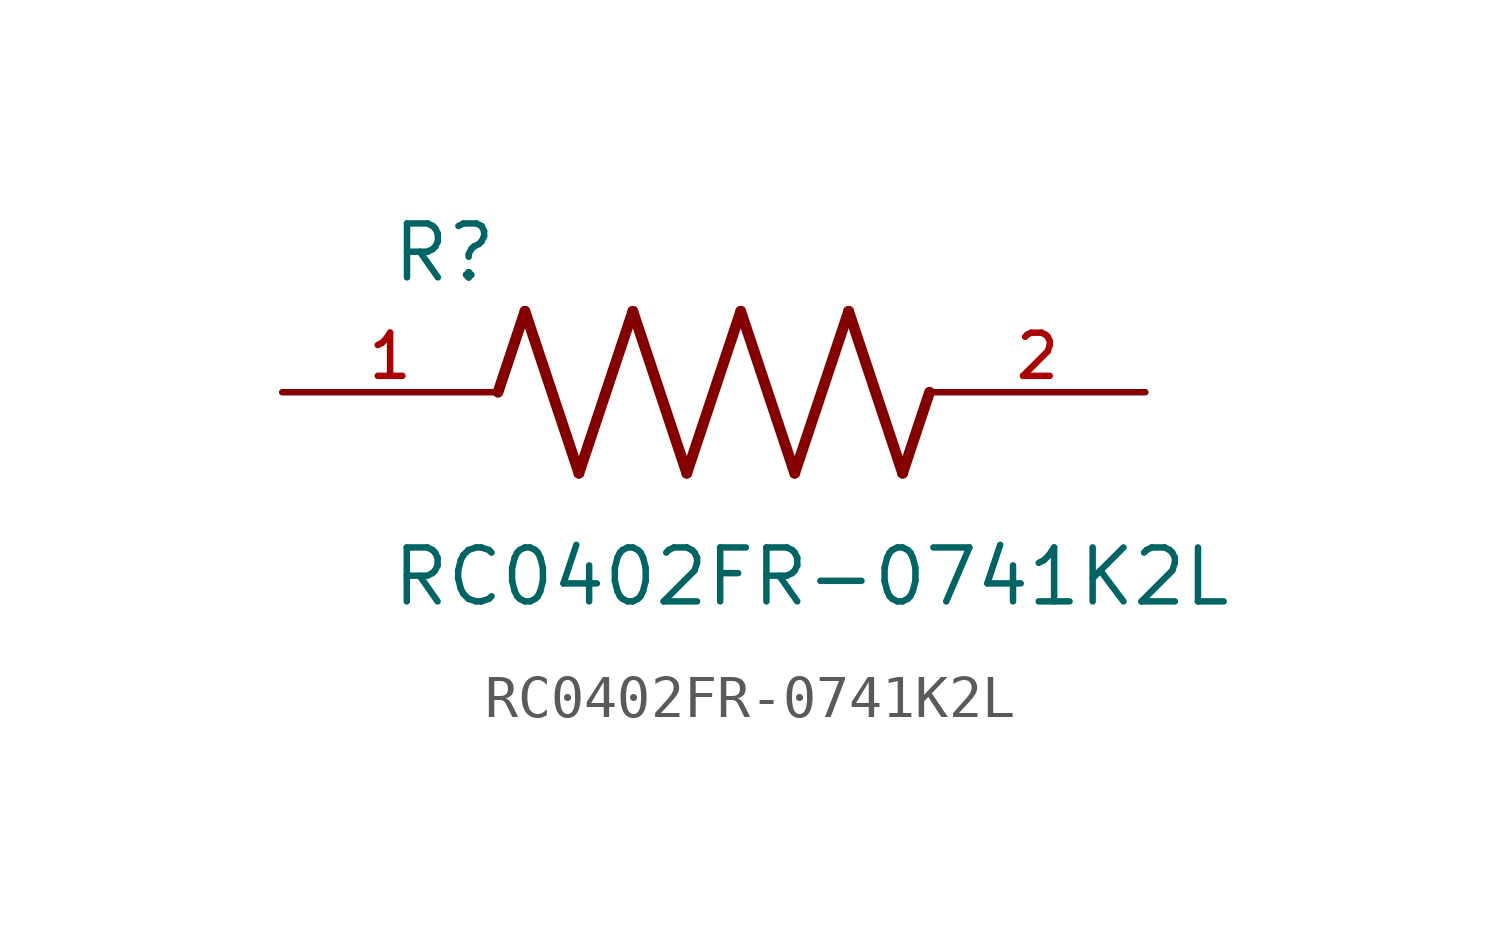
<source format=kicad_sym>
(kicad_symbol_lib
  (version 20211014)
  (generator kicad_symbol_editor)
  (symbol "RC0402FR-0741K2L"
    (pin_names
      (offset 1.016))
    (property "Reference" "R"
      (at -7.624 2.541 0)
      (effects (font (size 1.27 1.27)) (justify bottom left)))
    (property "Value" "RC0402FR-0741K2L"
      (at -7.63 -5.087 0)
      (effects (font (size 1.27 1.27)) (justify bottom left)))
    (symbol "RC0402FR-0741K2L_0_0"
      (polyline (pts (xy -5.08 0.0) (xy -4.445 1.905)) (stroke (width 0.254)))
      (polyline (pts (xy -4.445 1.905) (xy -3.175 -1.905)) (stroke (width 0.254)))
      (polyline (pts (xy -3.175 -1.905) (xy -1.905 1.905)) (stroke (width 0.254)))
      (polyline (pts (xy -1.905 1.905) (xy -0.635 -1.905)) (stroke (width 0.254)))
      (polyline (pts (xy -0.635 -1.905) (xy 0.635 1.905)) (stroke (width 0.254)))
      (polyline (pts (xy 0.635 1.905) (xy 1.905 -1.905)) (stroke (width 0.254)))
      (polyline (pts (xy 1.905 -1.905) (xy 3.175 1.905)) (stroke (width 0.254)))
      (polyline (pts (xy 3.175 1.905) (xy 4.445 -1.905)) (stroke (width 0.254)))
      (polyline (pts (xy 4.445 -1.905) (xy 5.08 0.0)) (stroke (width 0.254)))
      (pin passive line (at -10.16 0.0 0) (length 5.08) (name "~" (effects (font (size 1.016 1.016)))) (number "1" (effects (font (size 1.016 1.016)))))
      (pin passive line (at 10.16 0.0 180.0) (length 5.08) (name "~" (effects (font (size 1.016 1.016)))) (number "2" (effects (font (size 1.016 1.016))))))))
</source>
